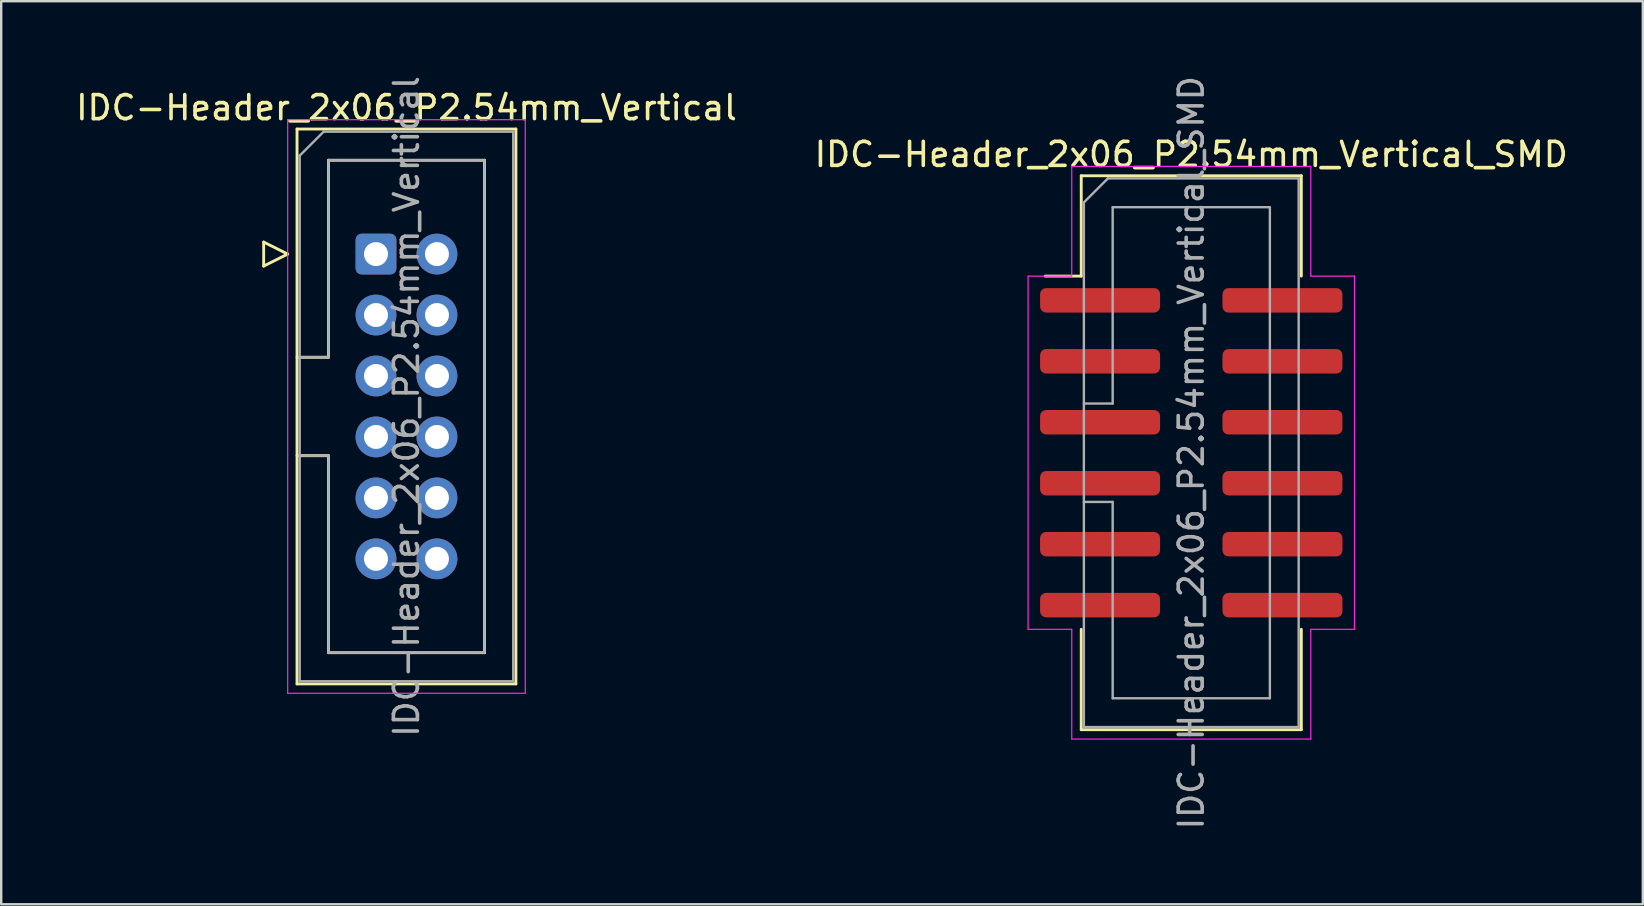
<source format=kicad_pcb>
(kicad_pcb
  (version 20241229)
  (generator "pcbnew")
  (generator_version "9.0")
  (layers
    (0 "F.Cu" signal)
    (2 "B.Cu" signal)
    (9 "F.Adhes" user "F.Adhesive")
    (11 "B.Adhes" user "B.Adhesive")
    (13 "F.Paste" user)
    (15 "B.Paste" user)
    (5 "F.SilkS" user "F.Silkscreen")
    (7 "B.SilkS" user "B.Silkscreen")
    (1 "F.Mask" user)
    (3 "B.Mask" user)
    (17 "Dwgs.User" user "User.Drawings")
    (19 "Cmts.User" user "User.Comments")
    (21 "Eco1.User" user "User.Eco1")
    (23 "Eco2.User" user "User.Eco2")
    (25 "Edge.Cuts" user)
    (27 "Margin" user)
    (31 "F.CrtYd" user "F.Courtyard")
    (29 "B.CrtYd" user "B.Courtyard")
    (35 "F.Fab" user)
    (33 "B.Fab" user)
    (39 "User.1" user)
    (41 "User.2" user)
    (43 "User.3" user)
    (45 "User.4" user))
  (footprint "IDC-Header_2x06_P2.54mm_Vertical"
    (layer "F.Cu")
    (at 12.617 7.537)
    (property "Reference" "IDC-Header_2x06_P2.54mm_Vertical" (at 1.27 -6.1 0) (layer "F.SilkS") (effects (font (size 1 1) (thickness 0.15))))
    (attr through_hole)
    (fp_line (start -4.68 -0.5) (end -4.68 0.5) (stroke (width 0.12) (type solid)) (layer "F.SilkS"))
    (fp_line (start -4.68 0.5) (end -3.68 0) (stroke (width 0.12) (type solid)) (layer "F.SilkS"))
    (fp_line (start -3.68 0) (end -4.68 -0.5) (stroke (width 0.12) (type solid)) (layer "F.SilkS"))
    (fp_line (start -3.29 -5.21) (end 5.83 -5.21) (stroke (width 0.12) (type solid)) (layer "F.SilkS"))
    (fp_line (start -3.29 4.3) (end -1.98 4.3) (stroke (width 0.12) (type solid)) (layer "F.SilkS"))
    (fp_line (start -3.29 17.91) (end -3.29 -5.21) (stroke (width 0.12) (type solid)) (layer "F.SilkS"))
    (fp_line (start -1.98 -3.91) (end 4.52 -3.91) (stroke (width 0.12) (type solid)) (layer "F.SilkS"))
    (fp_line (start -1.98 4.3) (end -1.98 -3.91) (stroke (width 0.12) (type solid)) (layer "F.SilkS"))
    (fp_line (start -1.98 8.4) (end -3.29 8.4) (stroke (width 0.12) (type solid)) (layer "F.SilkS"))
    (fp_line (start -1.98 16.61) (end -1.98 8.4) (stroke (width 0.12) (type solid)) (layer "F.SilkS"))
    (fp_line (start 4.52 -3.91) (end 4.52 16.61) (stroke (width 0.12) (type solid)) (layer "F.SilkS"))
    (fp_line (start 4.52 16.61) (end -1.98 16.61) (stroke (width 0.12) (type solid)) (layer "F.SilkS"))
    (fp_line (start 5.83 -5.21) (end 5.83 17.91) (stroke (width 0.12) (type solid)) (layer "F.SilkS"))
    (fp_line (start 5.83 17.91) (end -3.29 17.91) (stroke (width 0.12) (type solid)) (layer "F.SilkS"))
    (fp_line (start -3.68 -5.6) (end -3.68 18.3) (stroke (width 0.05) (type solid)) (layer "F.CrtYd"))
    (fp_line (start -3.68 18.3) (end 6.22 18.3) (stroke (width 0.05) (type solid)) (layer "F.CrtYd"))
    (fp_line (start 6.22 -5.6) (end -3.68 -5.6) (stroke (width 0.05) (type solid)) (layer "F.CrtYd"))
    (fp_line (start 6.22 18.3) (end 6.22 -5.6) (stroke (width 0.05) (type solid)) (layer "F.CrtYd"))
    (fp_line (start -3.18 -4.1) (end -2.18 -5.1) (stroke (width 0.1) (type solid)) (layer "F.Fab"))
    (fp_line (start -3.18 4.3) (end -1.98 4.3) (stroke (width 0.1) (type solid)) (layer "F.Fab"))
    (fp_line (start -3.18 17.8) (end -3.18 -4.1) (stroke (width 0.1) (type solid)) (layer "F.Fab"))
    (fp_line (start -2.18 -5.1) (end 5.72 -5.1) (stroke (width 0.1) (type solid)) (layer "F.Fab"))
    (fp_line (start -1.98 -3.91) (end 4.52 -3.91) (stroke (width 0.1) (type solid)) (layer "F.Fab"))
    (fp_line (start -1.98 4.3) (end -1.98 -3.91) (stroke (width 0.1) (type solid)) (layer "F.Fab"))
    (fp_line (start -1.98 8.4) (end -3.18 8.4) (stroke (width 0.1) (type solid)) (layer "F.Fab"))
    (fp_line (start -1.98 16.61) (end -1.98 8.4) (stroke (width 0.1) (type solid)) (layer "F.Fab"))
    (fp_line (start 4.52 -3.91) (end 4.52 16.61) (stroke (width 0.1) (type solid)) (layer "F.Fab"))
    (fp_line (start 4.52 16.61) (end -1.98 16.61) (stroke (width 0.1) (type solid)) (layer "F.Fab"))
    (fp_line (start 5.72 -5.1) (end 5.72 17.8) (stroke (width 0.1) (type solid)) (layer "F.Fab"))
    (fp_line (start 5.72 17.8) (end -3.18 17.8) (stroke (width 0.1) (type solid)) (layer "F.Fab"))
    (fp_text user "${REFERENCE}" (at 1.27 6.35 90) (layer "F.Fab") (effects (font (size 1 1) (thickness 0.15))))
    (pad "1" thru_hole roundrect (at 0 0) (size 1.7 1.7) (drill 1) (layers "*.Cu" "*.Mask") (roundrect_rratio 0.147))
    (pad "2" thru_hole circle (at 2.54 0) (size 1.7 1.7) (drill 1) (layers "*.Cu" "*.Mask"))
    (pad "3" thru_hole circle (at 0 2.54) (size 1.7 1.7) (drill 1) (layers "*.Cu" "*.Mask"))
    (pad "4" thru_hole circle (at 2.54 2.54) (size 1.7 1.7) (drill 1) (layers "*.Cu" "*.Mask"))
    (pad "5" thru_hole circle (at 0 5.08) (size 1.7 1.7) (drill 1) (layers "*.Cu" "*.Mask"))
    (pad "6" thru_hole circle (at 2.54 5.08) (size 1.7 1.7) (drill 1) (layers "*.Cu" "*.Mask"))
    (pad "7" thru_hole circle (at 0 7.62) (size 1.7 1.7) (drill 1) (layers "*.Cu" "*.Mask"))
    (pad "8" thru_hole circle (at 2.54 7.62) (size 1.7 1.7) (drill 1) (layers "*.Cu" "*.Mask"))
    (pad "9" thru_hole circle (at 0 10.16) (size 1.7 1.7) (drill 1) (layers "*.Cu" "*.Mask"))
    (pad "10" thru_hole circle (at 2.54 10.16) (size 1.7 1.7) (drill 1) (layers "*.Cu" "*.Mask"))
    (pad "11" thru_hole circle (at 0 12.7) (size 1.7 1.7) (drill 1) (layers "*.Cu" "*.Mask"))
    (pad "12" thru_hole circle (at 2.54 12.7) (size 1.7 1.7) (drill 1) (layers "*.Cu" "*.Mask")))
  (footprint "IDC-Header_2x06_P2.54mm_Vertical_SMD"
    (layer "F.Cu")
    (at 46.589 15.815)
    (property "Reference" "IDC-Header_2x06_P2.54mm_Vertical_SMD" (at 0 -12.43 0) (layer "F.SilkS") (effects (font (size 1 1) (thickness 0.15))))
    (attr smd)
    (fp_line (start -4.585 -11.54) (end 4.585 -11.54) (stroke (width 0.12) (type solid)) (layer "F.SilkS"))
    (fp_line (start -4.585 -7.36) (end -6.085 -7.36) (stroke (width 0.12) (type solid)) (layer "F.SilkS"))
    (fp_line (start -4.585 -7.36) (end -4.585 -11.54) (stroke (width 0.12) (type solid)) (layer "F.SilkS"))
    (fp_line (start -4.585 7.36) (end -4.585 11.54) (stroke (width 0.12) (type solid)) (layer "F.SilkS"))
    (fp_line (start -4.585 11.54) (end 4.585 11.54) (stroke (width 0.12) (type solid)) (layer "F.SilkS"))
    (fp_line (start 4.585 -11.54) (end 4.585 -7.36) (stroke (width 0.12) (type solid)) (layer "F.SilkS"))
    (fp_line (start 4.585 11.54) (end 4.585 7.36) (stroke (width 0.12) (type solid)) (layer "F.SilkS"))
    (fp_line (start -6.8 -7.36) (end -6.8 7.36) (stroke (width 0.05) (type solid)) (layer "F.CrtYd"))
    (fp_line (start -6.8 7.36) (end -4.98 7.36) (stroke (width 0.05) (type solid)) (layer "F.CrtYd"))
    (fp_line (start -4.98 -11.93) (end -4.98 -7.36) (stroke (width 0.05) (type solid)) (layer "F.CrtYd"))
    (fp_line (start -4.98 -7.36) (end -6.8 -7.36) (stroke (width 0.05) (type solid)) (layer "F.CrtYd"))
    (fp_line (start -4.98 7.36) (end -4.98 11.93) (stroke (width 0.05) (type solid)) (layer "F.CrtYd"))
    (fp_line (start -4.98 11.93) (end 4.98 11.93) (stroke (width 0.05) (type solid)) (layer "F.CrtYd"))
    (fp_line (start 4.98 -11.93) (end -4.98 -11.93) (stroke (width 0.05) (type solid)) (layer "F.CrtYd"))
    (fp_line (start 4.98 -7.36) (end 4.98 -11.93) (stroke (width 0.05) (type solid)) (layer "F.CrtYd"))
    (fp_line (start 4.98 7.36) (end 6.8 7.36) (stroke (width 0.05) (type solid)) (layer "F.CrtYd"))
    (fp_line (start 4.98 11.93) (end 4.98 7.36) (stroke (width 0.05) (type solid)) (layer "F.CrtYd"))
    (fp_line (start 6.8 -7.36) (end 4.98 -7.36) (stroke (width 0.05) (type solid)) (layer "F.CrtYd"))
    (fp_line (start 6.8 7.36) (end 6.8 -7.36) (stroke (width 0.05) (type solid)) (layer "F.CrtYd"))
    (fp_line (start -4.475 -10.43) (end -3.475 -11.43) (stroke (width 0.1) (type solid)) (layer "F.Fab"))
    (fp_line (start -4.475 -2.05) (end -3.275 -2.05) (stroke (width 0.1) (type solid)) (layer "F.Fab"))
    (fp_line (start -4.475 11.43) (end -4.475 -10.43) (stroke (width 0.1) (type solid)) (layer "F.Fab"))
    (fp_line (start -3.475 -11.43) (end 4.475 -11.43) (stroke (width 0.1) (type solid)) (layer "F.Fab"))
    (fp_line (start -3.275 -10.23) (end 3.275 -10.23) (stroke (width 0.1) (type solid)) (layer "F.Fab"))
    (fp_line (start -3.275 -2.05) (end -3.275 -10.23) (stroke (width 0.1) (type solid)) (layer "F.Fab"))
    (fp_line (start -3.275 2.05) (end -4.475 2.05) (stroke (width 0.1) (type solid)) (layer "F.Fab"))
    (fp_line (start -3.275 10.23) (end -3.275 2.05) (stroke (width 0.1) (type solid)) (layer "F.Fab"))
    (fp_line (start 3.275 -10.23) (end 3.275 10.23) (stroke (width 0.1) (type solid)) (layer "F.Fab"))
    (fp_line (start 3.275 10.23) (end -3.275 10.23) (stroke (width 0.1) (type solid)) (layer "F.Fab"))
    (fp_line (start 4.475 -11.43) (end 4.475 11.43) (stroke (width 0.1) (type solid)) (layer "F.Fab"))
    (fp_line (start 4.475 11.43) (end -4.475 11.43) (stroke (width 0.1) (type solid)) (layer "F.Fab"))
    (fp_text user "${REFERENCE}" (at 0 0 90) (layer "F.Fab") (effects (font (size 1 1) (thickness 0.15))))
    (pad "1" smd roundrect (at -3.8 -6.35) (size 5 1.02) (layers "F.Cu" "F.Mask" "F.Paste") (roundrect_rratio 0.245))
    (pad "2" smd roundrect (at 3.8 -6.35) (size 5 1.02) (layers "F.Cu" "F.Mask" "F.Paste") (roundrect_rratio 0.245))
    (pad "3" smd roundrect (at -3.8 -3.81) (size 5 1.02) (layers "F.Cu" "F.Mask" "F.Paste") (roundrect_rratio 0.245))
    (pad "4" smd roundrect (at 3.8 -3.81) (size 5 1.02) (layers "F.Cu" "F.Mask" "F.Paste") (roundrect_rratio 0.245))
    (pad "5" smd roundrect (at -3.8 -1.27) (size 5 1.02) (layers "F.Cu" "F.Mask" "F.Paste") (roundrect_rratio 0.245))
    (pad "6" smd roundrect (at 3.8 -1.27) (size 5 1.02) (layers "F.Cu" "F.Mask" "F.Paste") (roundrect_rratio 0.245))
    (pad "7" smd roundrect (at -3.8 1.27) (size 5 1.02) (layers "F.Cu" "F.Mask" "F.Paste") (roundrect_rratio 0.245))
    (pad "8" smd roundrect (at 3.8 1.27) (size 5 1.02) (layers "F.Cu" "F.Mask" "F.Paste") (roundrect_rratio 0.245))
    (pad "9" smd roundrect (at -3.8 3.81) (size 5 1.02) (layers "F.Cu" "F.Mask" "F.Paste") (roundrect_rratio 0.245))
    (pad "10" smd roundrect (at 3.8 3.81) (size 5 1.02) (layers "F.Cu" "F.Mask" "F.Paste") (roundrect_rratio 0.245))
    (pad "11" smd roundrect (at -3.8 6.35) (size 5 1.02) (layers "F.Cu" "F.Mask" "F.Paste") (roundrect_rratio 0.245))
    (pad "12" smd roundrect (at 3.8 6.35) (size 5 1.02) (layers "F.Cu" "F.Mask" "F.Paste") (roundrect_rratio 0.245)))
  (gr_rect
    (start -3 -3)
    (end 65.405 34.631)
    (stroke (width 0.1) (type default))
    (fill no)
    (layer "Edge.Cuts")))
</source>
